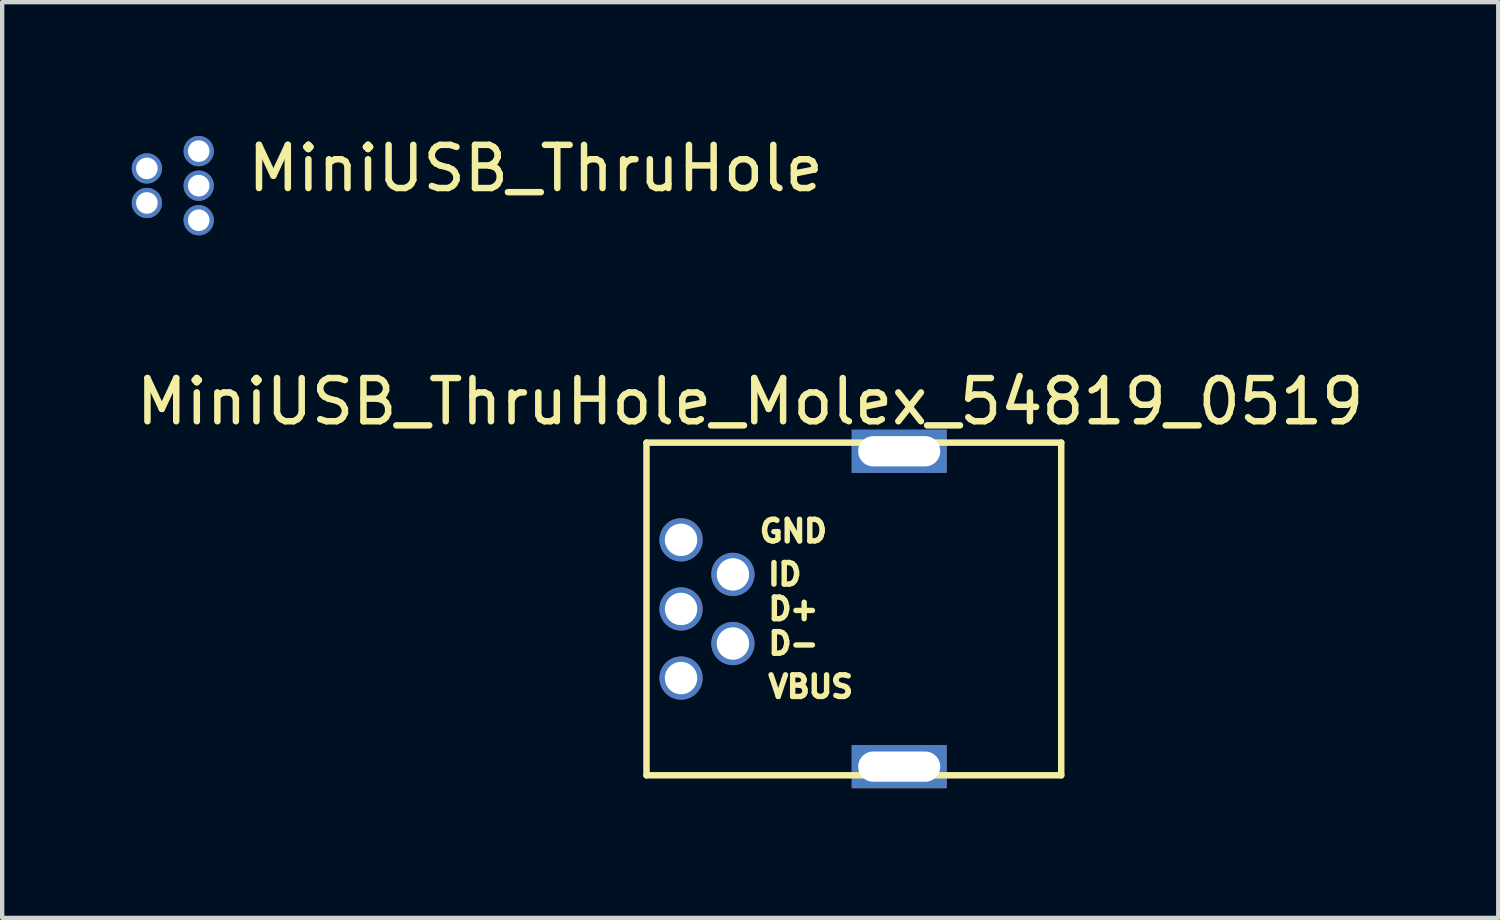
<source format=kicad_pcb>
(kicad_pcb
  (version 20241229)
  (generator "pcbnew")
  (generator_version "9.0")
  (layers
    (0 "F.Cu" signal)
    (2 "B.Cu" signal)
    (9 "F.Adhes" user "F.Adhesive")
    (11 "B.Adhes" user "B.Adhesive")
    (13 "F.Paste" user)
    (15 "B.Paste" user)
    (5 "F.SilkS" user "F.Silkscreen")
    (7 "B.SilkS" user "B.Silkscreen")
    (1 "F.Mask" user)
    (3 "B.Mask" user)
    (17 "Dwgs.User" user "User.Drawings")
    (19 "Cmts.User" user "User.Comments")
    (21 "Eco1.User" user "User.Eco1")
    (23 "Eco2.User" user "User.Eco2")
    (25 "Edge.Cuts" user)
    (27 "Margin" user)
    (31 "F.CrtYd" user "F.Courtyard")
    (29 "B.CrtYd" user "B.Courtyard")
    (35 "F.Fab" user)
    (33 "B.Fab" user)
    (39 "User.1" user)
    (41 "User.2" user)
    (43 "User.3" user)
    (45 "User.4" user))
  (footprint "MiniUSB_ThruHole"
    (layer "F.Cu")
    (at 5.75 0.848)
    (property "Reference" "MiniUSB_ThruHole" (at 3.6 0 0) (layer "F.SilkS") (effects (font (size 1 1) (thickness 0.15))))
    (attr through_hole)
    (pad "1" thru_hole circle (at -4.2 -0.4) (size 0.7 0.7) (drill 0.5) (layers "*.Cu" "*.Mask"))
    (pad "2" thru_hole circle (at -4.2 0.4) (size 0.7 0.7) (drill 0.5) (layers "*.Cu" "*.Mask"))
    (pad "3" thru_hole circle (at -4.2 1.2) (size 0.7 0.7) (drill 0.5) (layers "*.Cu" "*.Mask"))
    (pad "4" thru_hole circle (at -5.4 0) (size 0.7 0.7) (drill 0.5) (layers "*.Cu" "*.Mask"))
    (pad "5" thru_hole circle (at -5.4 0.8) (size 0.7 0.7) (drill 0.5) (layers "*.Cu" "*.Mask")))
  (footprint "MiniUSB_ThruHole_Molex_54819_0519"
    (layer "F.Cu")
    (at 13.915 11.046)
    (property "Reference" "MiniUSB_ThruHole_Molex_54819_0519" (at 0.4 -4.8 0) (layer "F.SilkS") (effects (font (size 1 1) (thickness 0.15))))
    (attr through_hole)
    (fp_line (start -2 -3.85) (end 7.6 -3.85) (stroke (width 0.15) (type solid)) (layer "F.SilkS"))
    (fp_line (start -2 3.85) (end -2 -3.85) (stroke (width 0.15) (type solid)) (layer "F.SilkS"))
    (fp_line (start -2 3.85) (end 7.6 3.85) (stroke (width 0.15) (type solid)) (layer "F.SilkS"))
    (fp_line (start 3.1 3.65) (end 4.6 3.65) (stroke (width 0.15) (type solid)) (layer "F.SilkS"))
    (fp_line (start 7.6 -3.85) (end 7.6 3.85) (stroke (width 0.15) (type solid)) (layer "F.SilkS"))
    (fp_text user "D+" (at 1.4 0 0) (layer "F.SilkS") (effects (font (size 0.5 0.5) (thickness 0.125))))
    (fp_text user "ID" (at 1.2 -0.8 0) (layer "F.SilkS") (effects (font (size 0.5 0.5) (thickness 0.125))))
    (fp_text user "VBUS" (at 1.8 1.8 0) (layer "F.SilkS") (effects (font (size 0.5 0.5) (thickness 0.125))))
    (fp_text user "D-" (at 1.4 0.8 0) (layer "F.SilkS") (effects (font (size 0.5 0.5) (thickness 0.125))))
    (fp_text user "GND" (at 1.4 -1.8 0) (layer "F.SilkS") (effects (font (size 0.5 0.5) (thickness 0.125))))
    (pad "" np_thru_hole rect (at 3.85 3.65) (size 2.2 1) (drill oval 1.9 0.7) (layers "*.Cu" "*.Mask"))
    (pad "1" thru_hole circle (at -1.2 -1.6) (size 1 1) (drill 0.75) (layers "*.Cu" "*.Mask"))
    (pad "2" thru_hole circle (at 0 -0.8) (size 1 1) (drill 0.75) (layers "*.Cu" "*.Mask"))
    (pad "3" thru_hole circle (at -1.2 0) (size 1 1) (drill 0.75) (layers "*.Cu" "*.Mask"))
    (pad "4" thru_hole circle (at 0 0.8) (size 1 1) (drill 0.75) (layers "*.Cu" "*.Mask"))
    (pad "5" thru_hole circle (at -1.2 1.6) (size 1 1) (drill 0.75) (layers "*.Cu" "*.Mask"))
    (pad "6" thru_hole rect (at 3.85 -3.65) (size 2.2 1) (drill oval 1.9 0.7) (layers "*.Cu" "*.Mask")))
  (gr_rect
    (start -3 -3)
    (end 31.631 18.197)
    (stroke (width 0.1) (type default))
    (fill no)
    (layer "Edge.Cuts")))
</source>
